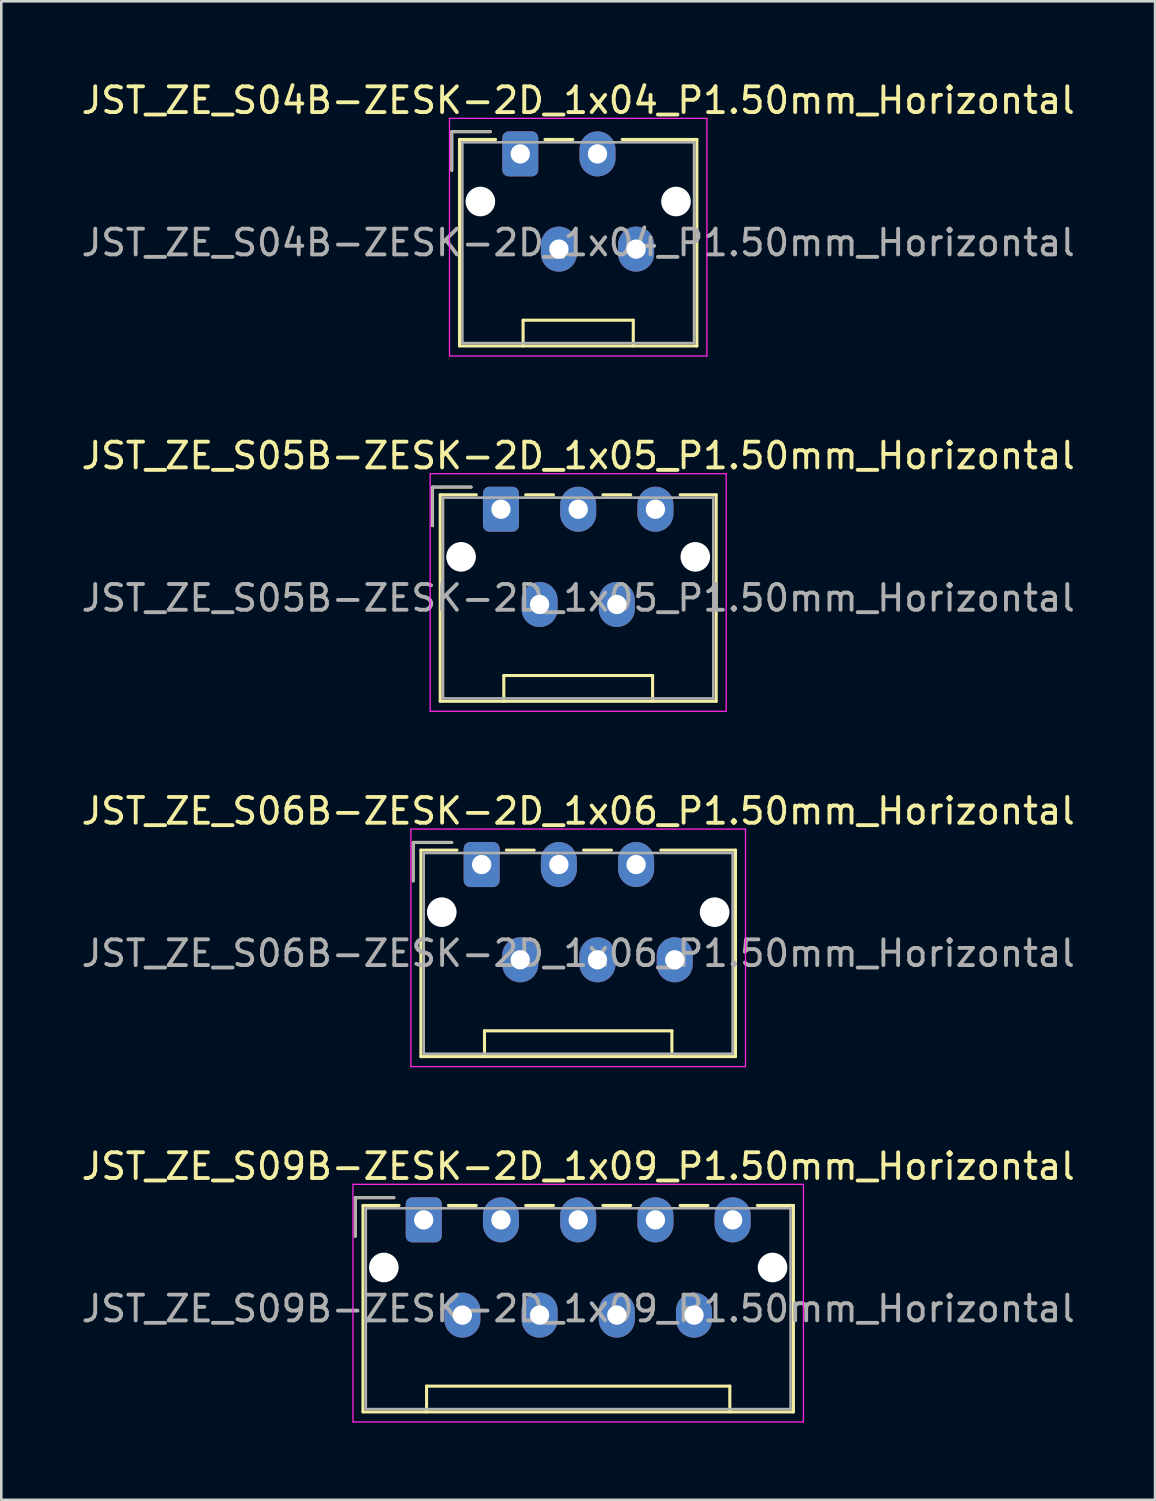
<source format=kicad_pcb>
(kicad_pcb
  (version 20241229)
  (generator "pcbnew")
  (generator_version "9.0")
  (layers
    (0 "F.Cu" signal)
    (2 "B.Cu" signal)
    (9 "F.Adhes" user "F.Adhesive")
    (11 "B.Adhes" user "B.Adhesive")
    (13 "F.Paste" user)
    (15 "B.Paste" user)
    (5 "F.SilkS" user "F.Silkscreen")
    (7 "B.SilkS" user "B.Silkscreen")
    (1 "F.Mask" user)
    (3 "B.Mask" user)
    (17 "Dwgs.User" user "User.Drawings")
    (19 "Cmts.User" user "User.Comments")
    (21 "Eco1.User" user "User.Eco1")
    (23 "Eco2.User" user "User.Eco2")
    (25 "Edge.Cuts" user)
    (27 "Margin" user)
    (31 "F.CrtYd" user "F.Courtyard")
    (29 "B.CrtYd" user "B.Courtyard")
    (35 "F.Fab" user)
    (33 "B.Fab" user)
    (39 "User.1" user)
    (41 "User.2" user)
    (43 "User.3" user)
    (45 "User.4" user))
  (footprint "JST_ZE_S09B-ZESK-2D_1x09_P1.50mm_Horizontal"
    (layer "F.Cu")
    (at 13.411 44.338)
    (property "Reference" "JST_ZE_S09B-ZESK-2D_1x09_P1.50mm_Horizontal" (at 6 -2.08 0) (layer "F.SilkS") (effects (font (size 1 1) (thickness 0.15))))
    (attr through_hole)
    (fp_line (start -2.66 -0.86) (end -1.16 -0.86) (stroke (width 0.12) (type solid)) (layer "F.SilkS"))
    (fp_line (start -2.66 0.64) (end -2.66 -0.86) (stroke (width 0.12) (type solid)) (layer "F.SilkS"))
    (fp_line (start -2.36 -0.56) (end -2.36 7.46) (stroke (width 0.12) (type solid)) (layer "F.SilkS"))
    (fp_line (start -2.36 7.46) (end 14.36 7.46) (stroke (width 0.12) (type solid)) (layer "F.SilkS"))
    (fp_line (start -0.96 -0.56) (end -2.36 -0.56) (stroke (width 0.12) (type solid)) (layer "F.SilkS"))
    (fp_line (start 0.11 6.46) (end 11.89 6.46) (stroke (width 0.12) (type solid)) (layer "F.SilkS"))
    (fp_line (start 0.11 7.46) (end 0.11 6.46) (stroke (width 0.12) (type solid)) (layer "F.SilkS"))
    (fp_line (start 0.96 -0.56) (end 2.04 -0.56) (stroke (width 0.12) (type solid)) (layer "F.SilkS"))
    (fp_line (start 3.96 -0.56) (end 5.04 -0.56) (stroke (width 0.12) (type solid)) (layer "F.SilkS"))
    (fp_line (start 6.96 -0.56) (end 8.04 -0.56) (stroke (width 0.12) (type solid)) (layer "F.SilkS"))
    (fp_line (start 9.96 -0.56) (end 11.04 -0.56) (stroke (width 0.12) (type solid)) (layer "F.SilkS"))
    (fp_line (start 11.89 6.46) (end 11.89 7.46) (stroke (width 0.12) (type solid)) (layer "F.SilkS"))
    (fp_line (start 14.36 -0.56) (end 12.96 -0.56) (stroke (width 0.12) (type solid)) (layer "F.SilkS"))
    (fp_line (start 14.36 7.46) (end 14.36 -0.56) (stroke (width 0.12) (type solid)) (layer "F.SilkS"))
    (fp_line (start -2.75 -1.38) (end -2.75 7.85) (stroke (width 0.05) (type solid)) (layer "F.CrtYd"))
    (fp_line (start -2.75 7.85) (end 14.75 7.85) (stroke (width 0.05) (type solid)) (layer "F.CrtYd"))
    (fp_line (start 14.75 -1.38) (end -2.75 -1.38) (stroke (width 0.05) (type solid)) (layer "F.CrtYd"))
    (fp_line (start 14.75 7.85) (end 14.75 -1.38) (stroke (width 0.05) (type solid)) (layer "F.CrtYd"))
    (fp_line (start -2.66 -0.86) (end -1.16 -0.86) (stroke (width 0.1) (type solid)) (layer "F.Fab"))
    (fp_line (start -2.66 0.64) (end -2.66 -0.86) (stroke (width 0.1) (type solid)) (layer "F.Fab"))
    (fp_line (start -2.25 -0.45) (end -2.25 7.35) (stroke (width 0.1) (type solid)) (layer "F.Fab"))
    (fp_line (start -2.25 7.35) (end 14.25 7.35) (stroke (width 0.1) (type solid)) (layer "F.Fab"))
    (fp_line (start 14.25 -0.45) (end -2.25 -0.45) (stroke (width 0.1) (type solid)) (layer "F.Fab"))
    (fp_line (start 14.25 7.35) (end 14.25 -0.45) (stroke (width 0.1) (type solid)) (layer "F.Fab"))
    (fp_text user "${REFERENCE}" (at 6 3.45 0) (layer "F.Fab") (effects (font (size 1 1) (thickness 0.15))))
    (pad "" np_thru_hole circle (at -1.55 1.85) (size 1.15 1.15) (drill 1.15) (layers "*.Cu" "*.Mask"))
    (pad "" np_thru_hole circle (at 13.55 1.85) (size 1.15 1.15) (drill 1.15) (layers "*.Cu" "*.Mask"))
    (pad "1" thru_hole roundrect (at 0 0) (size 1.4 1.75) (drill 0.75) (layers "*.Cu" "*.Mask") (roundrect_rratio 0.179))
    (pad "2" thru_hole oval (at 1.5 3.7) (size 1.4 1.75) (drill 0.75) (layers "*.Cu" "*.Mask"))
    (pad "3" thru_hole oval (at 3 0) (size 1.4 1.75) (drill 0.75) (layers "*.Cu" "*.Mask"))
    (pad "4" thru_hole oval (at 4.5 3.7) (size 1.4 1.75) (drill 0.75) (layers "*.Cu" "*.Mask"))
    (pad "5" thru_hole oval (at 6 0) (size 1.4 1.75) (drill 0.75) (layers "*.Cu" "*.Mask"))
    (pad "6" thru_hole oval (at 7.5 3.7) (size 1.4 1.75) (drill 0.75) (layers "*.Cu" "*.Mask"))
    (pad "7" thru_hole oval (at 9 0) (size 1.4 1.75) (drill 0.75) (layers "*.Cu" "*.Mask"))
    (pad "8" thru_hole oval (at 10.5 3.7) (size 1.4 1.75) (drill 0.75) (layers "*.Cu" "*.Mask"))
    (pad "9" thru_hole oval (at 12 0) (size 1.4 1.75) (drill 0.75) (layers "*.Cu" "*.Mask")))
  (footprint "JST_ZE_S06B-ZESK-2D_1x06_P1.50mm_Horizontal"
    (layer "F.Cu")
    (at 15.661 30.535)
    (property "Reference" "JST_ZE_S06B-ZESK-2D_1x06_P1.50mm_Horizontal" (at 3.75 -2.08 0) (layer "F.SilkS") (effects (font (size 1 1) (thickness 0.15))))
    (attr through_hole)
    (fp_line (start -2.66 -0.86) (end -1.16 -0.86) (stroke (width 0.12) (type solid)) (layer "F.SilkS"))
    (fp_line (start -2.66 0.64) (end -2.66 -0.86) (stroke (width 0.12) (type solid)) (layer "F.SilkS"))
    (fp_line (start -2.36 -0.56) (end -2.36 7.46) (stroke (width 0.12) (type solid)) (layer "F.SilkS"))
    (fp_line (start -2.36 7.46) (end 9.86 7.46) (stroke (width 0.12) (type solid)) (layer "F.SilkS"))
    (fp_line (start -0.96 -0.56) (end -2.36 -0.56) (stroke (width 0.12) (type solid)) (layer "F.SilkS"))
    (fp_line (start 0.11 6.46) (end 7.39 6.46) (stroke (width 0.12) (type solid)) (layer "F.SilkS"))
    (fp_line (start 0.11 7.46) (end 0.11 6.46) (stroke (width 0.12) (type solid)) (layer "F.SilkS"))
    (fp_line (start 0.96 -0.56) (end 2.04 -0.56) (stroke (width 0.12) (type solid)) (layer "F.SilkS"))
    (fp_line (start 3.96 -0.56) (end 5.04 -0.56) (stroke (width 0.12) (type solid)) (layer "F.SilkS"))
    (fp_line (start 7.39 6.46) (end 7.39 7.46) (stroke (width 0.12) (type solid)) (layer "F.SilkS"))
    (fp_line (start 9.86 -0.56) (end 6.96 -0.56) (stroke (width 0.12) (type solid)) (layer "F.SilkS"))
    (fp_line (start 9.86 7.46) (end 9.86 -0.56) (stroke (width 0.12) (type solid)) (layer "F.SilkS"))
    (fp_line (start -2.75 -1.38) (end -2.75 7.85) (stroke (width 0.05) (type solid)) (layer "F.CrtYd"))
    (fp_line (start -2.75 7.85) (end 10.25 7.85) (stroke (width 0.05) (type solid)) (layer "F.CrtYd"))
    (fp_line (start 10.25 -1.38) (end -2.75 -1.38) (stroke (width 0.05) (type solid)) (layer "F.CrtYd"))
    (fp_line (start 10.25 7.85) (end 10.25 -1.38) (stroke (width 0.05) (type solid)) (layer "F.CrtYd"))
    (fp_line (start -2.66 -0.86) (end -1.16 -0.86) (stroke (width 0.1) (type solid)) (layer "F.Fab"))
    (fp_line (start -2.66 0.64) (end -2.66 -0.86) (stroke (width 0.1) (type solid)) (layer "F.Fab"))
    (fp_line (start -2.25 -0.45) (end -2.25 7.35) (stroke (width 0.1) (type solid)) (layer "F.Fab"))
    (fp_line (start -2.25 7.35) (end 9.75 7.35) (stroke (width 0.1) (type solid)) (layer "F.Fab"))
    (fp_line (start 9.75 -0.45) (end -2.25 -0.45) (stroke (width 0.1) (type solid)) (layer "F.Fab"))
    (fp_line (start 9.75 7.35) (end 9.75 -0.45) (stroke (width 0.1) (type solid)) (layer "F.Fab"))
    (fp_text user "${REFERENCE}" (at 3.75 3.45 0) (layer "F.Fab") (effects (font (size 1 1) (thickness 0.15))))
    (pad "" np_thru_hole circle (at -1.55 1.85) (size 1.15 1.15) (drill 1.15) (layers "*.Cu" "*.Mask"))
    (pad "" np_thru_hole circle (at 9.05 1.85) (size 1.15 1.15) (drill 1.15) (layers "*.Cu" "*.Mask"))
    (pad "1" thru_hole roundrect (at 0 0) (size 1.4 1.75) (drill 0.75) (layers "*.Cu" "*.Mask") (roundrect_rratio 0.179))
    (pad "2" thru_hole oval (at 1.5 3.7) (size 1.4 1.75) (drill 0.75) (layers "*.Cu" "*.Mask"))
    (pad "3" thru_hole oval (at 3 0) (size 1.4 1.75) (drill 0.75) (layers "*.Cu" "*.Mask"))
    (pad "4" thru_hole oval (at 4.5 3.7) (size 1.4 1.75) (drill 0.75) (layers "*.Cu" "*.Mask"))
    (pad "5" thru_hole oval (at 6 0) (size 1.4 1.75) (drill 0.75) (layers "*.Cu" "*.Mask"))
    (pad "6" thru_hole oval (at 7.5 3.7) (size 1.4 1.75) (drill 0.75) (layers "*.Cu" "*.Mask")))
  (footprint "JST_ZE_S04B-ZESK-2D_1x04_P1.50mm_Horizontal"
    (layer "F.Cu")
    (at 17.161 2.928)
    (property "Reference" "JST_ZE_S04B-ZESK-2D_1x04_P1.50mm_Horizontal" (at 2.25 -2.08 0) (layer "F.SilkS") (effects (font (size 1 1) (thickness 0.15))))
    (attr through_hole)
    (fp_line (start -2.66 -0.86) (end -1.16 -0.86) (stroke (width 0.12) (type solid)) (layer "F.SilkS"))
    (fp_line (start -2.66 0.64) (end -2.66 -0.86) (stroke (width 0.12) (type solid)) (layer "F.SilkS"))
    (fp_line (start -2.36 -0.56) (end -2.36 7.46) (stroke (width 0.12) (type solid)) (layer "F.SilkS"))
    (fp_line (start -2.36 7.46) (end 6.86 7.46) (stroke (width 0.12) (type solid)) (layer "F.SilkS"))
    (fp_line (start -0.96 -0.56) (end -2.36 -0.56) (stroke (width 0.12) (type solid)) (layer "F.SilkS"))
    (fp_line (start 0.11 6.46) (end 4.39 6.46) (stroke (width 0.12) (type solid)) (layer "F.SilkS"))
    (fp_line (start 0.11 7.46) (end 0.11 6.46) (stroke (width 0.12) (type solid)) (layer "F.SilkS"))
    (fp_line (start 0.96 -0.56) (end 2.04 -0.56) (stroke (width 0.12) (type solid)) (layer "F.SilkS"))
    (fp_line (start 4.39 6.46) (end 4.39 7.46) (stroke (width 0.12) (type solid)) (layer "F.SilkS"))
    (fp_line (start 6.86 -0.56) (end 3.96 -0.56) (stroke (width 0.12) (type solid)) (layer "F.SilkS"))
    (fp_line (start 6.86 7.46) (end 6.86 -0.56) (stroke (width 0.12) (type solid)) (layer "F.SilkS"))
    (fp_line (start -2.75 -1.38) (end -2.75 7.85) (stroke (width 0.05) (type solid)) (layer "F.CrtYd"))
    (fp_line (start -2.75 7.85) (end 7.25 7.85) (stroke (width 0.05) (type solid)) (layer "F.CrtYd"))
    (fp_line (start 7.25 -1.38) (end -2.75 -1.38) (stroke (width 0.05) (type solid)) (layer "F.CrtYd"))
    (fp_line (start 7.25 7.85) (end 7.25 -1.38) (stroke (width 0.05) (type solid)) (layer "F.CrtYd"))
    (fp_line (start -2.66 -0.86) (end -1.16 -0.86) (stroke (width 0.1) (type solid)) (layer "F.Fab"))
    (fp_line (start -2.66 0.64) (end -2.66 -0.86) (stroke (width 0.1) (type solid)) (layer "F.Fab"))
    (fp_line (start -2.25 -0.45) (end -2.25 7.35) (stroke (width 0.1) (type solid)) (layer "F.Fab"))
    (fp_line (start -2.25 7.35) (end 6.75 7.35) (stroke (width 0.1) (type solid)) (layer "F.Fab"))
    (fp_line (start 6.75 -0.45) (end -2.25 -0.45) (stroke (width 0.1) (type solid)) (layer "F.Fab"))
    (fp_line (start 6.75 7.35) (end 6.75 -0.45) (stroke (width 0.1) (type solid)) (layer "F.Fab"))
    (fp_text user "${REFERENCE}" (at 2.25 3.45 0) (layer "F.Fab") (effects (font (size 1 1) (thickness 0.15))))
    (pad "" np_thru_hole circle (at -1.55 1.85) (size 1.15 1.15) (drill 1.15) (layers "*.Cu" "*.Mask"))
    (pad "" np_thru_hole circle (at 6.05 1.85) (size 1.15 1.15) (drill 1.15) (layers "*.Cu" "*.Mask"))
    (pad "1" thru_hole roundrect (at 0 0) (size 1.4 1.75) (drill 0.75) (layers "*.Cu" "*.Mask") (roundrect_rratio 0.179))
    (pad "2" thru_hole oval (at 1.5 3.7) (size 1.4 1.75) (drill 0.75) (layers "*.Cu" "*.Mask"))
    (pad "3" thru_hole oval (at 3 0) (size 1.4 1.75) (drill 0.75) (layers "*.Cu" "*.Mask"))
    (pad "4" thru_hole oval (at 4.5 3.7) (size 1.4 1.75) (drill 0.75) (layers "*.Cu" "*.Mask")))
  (footprint "JST_ZE_S05B-ZESK-2D_1x05_P1.50mm_Horizontal"
    (layer "F.Cu")
    (at 16.411 16.732)
    (property "Reference" "JST_ZE_S05B-ZESK-2D_1x05_P1.50mm_Horizontal" (at 3 -2.08 0) (layer "F.SilkS") (effects (font (size 1 1) (thickness 0.15))))
    (attr through_hole)
    (fp_line (start -2.66 -0.86) (end -1.16 -0.86) (stroke (width 0.12) (type solid)) (layer "F.SilkS"))
    (fp_line (start -2.66 0.64) (end -2.66 -0.86) (stroke (width 0.12) (type solid)) (layer "F.SilkS"))
    (fp_line (start -2.36 -0.56) (end -2.36 7.46) (stroke (width 0.12) (type solid)) (layer "F.SilkS"))
    (fp_line (start -2.36 7.46) (end 8.36 7.46) (stroke (width 0.12) (type solid)) (layer "F.SilkS"))
    (fp_line (start -0.96 -0.56) (end -2.36 -0.56) (stroke (width 0.12) (type solid)) (layer "F.SilkS"))
    (fp_line (start 0.11 6.46) (end 5.89 6.46) (stroke (width 0.12) (type solid)) (layer "F.SilkS"))
    (fp_line (start 0.11 7.46) (end 0.11 6.46) (stroke (width 0.12) (type solid)) (layer "F.SilkS"))
    (fp_line (start 0.96 -0.56) (end 2.04 -0.56) (stroke (width 0.12) (type solid)) (layer "F.SilkS"))
    (fp_line (start 3.96 -0.56) (end 5.04 -0.56) (stroke (width 0.12) (type solid)) (layer "F.SilkS"))
    (fp_line (start 5.89 6.46) (end 5.89 7.46) (stroke (width 0.12) (type solid)) (layer "F.SilkS"))
    (fp_line (start 8.36 -0.56) (end 6.96 -0.56) (stroke (width 0.12) (type solid)) (layer "F.SilkS"))
    (fp_line (start 8.36 7.46) (end 8.36 -0.56) (stroke (width 0.12) (type solid)) (layer "F.SilkS"))
    (fp_line (start -2.75 -1.38) (end -2.75 7.85) (stroke (width 0.05) (type solid)) (layer "F.CrtYd"))
    (fp_line (start -2.75 7.85) (end 8.75 7.85) (stroke (width 0.05) (type solid)) (layer "F.CrtYd"))
    (fp_line (start 8.75 -1.38) (end -2.75 -1.38) (stroke (width 0.05) (type solid)) (layer "F.CrtYd"))
    (fp_line (start 8.75 7.85) (end 8.75 -1.38) (stroke (width 0.05) (type solid)) (layer "F.CrtYd"))
    (fp_line (start -2.66 -0.86) (end -1.16 -0.86) (stroke (width 0.1) (type solid)) (layer "F.Fab"))
    (fp_line (start -2.66 0.64) (end -2.66 -0.86) (stroke (width 0.1) (type solid)) (layer "F.Fab"))
    (fp_line (start -2.25 -0.45) (end -2.25 7.35) (stroke (width 0.1) (type solid)) (layer "F.Fab"))
    (fp_line (start -2.25 7.35) (end 8.25 7.35) (stroke (width 0.1) (type solid)) (layer "F.Fab"))
    (fp_line (start 8.25 -0.45) (end -2.25 -0.45) (stroke (width 0.1) (type solid)) (layer "F.Fab"))
    (fp_line (start 8.25 7.35) (end 8.25 -0.45) (stroke (width 0.1) (type solid)) (layer "F.Fab"))
    (fp_text user "${REFERENCE}" (at 3 3.45 0) (layer "F.Fab") (effects (font (size 1 1) (thickness 0.15))))
    (pad "" np_thru_hole circle (at -1.55 1.85) (size 1.15 1.15) (drill 1.15) (layers "*.Cu" "*.Mask"))
    (pad "" np_thru_hole circle (at 7.55 1.85) (size 1.15 1.15) (drill 1.15) (layers "*.Cu" "*.Mask"))
    (pad "1" thru_hole roundrect (at 0 0) (size 1.4 1.75) (drill 0.75) (layers "*.Cu" "*.Mask") (roundrect_rratio 0.179))
    (pad "2" thru_hole oval (at 1.5 3.7) (size 1.4 1.75) (drill 0.75) (layers "*.Cu" "*.Mask"))
    (pad "3" thru_hole oval (at 3 0) (size 1.4 1.75) (drill 0.75) (layers "*.Cu" "*.Mask"))
    (pad "4" thru_hole oval (at 4.5 3.7) (size 1.4 1.75) (drill 0.75) (layers "*.Cu" "*.Mask"))
    (pad "5" thru_hole oval (at 6 0) (size 1.4 1.75) (drill 0.75) (layers "*.Cu" "*.Mask")))
  (gr_rect
    (start -3 -3)
    (end 41.821 55.213)
    (stroke (width 0.1) (type default))
    (fill no)
    (layer "Edge.Cuts")))
</source>
